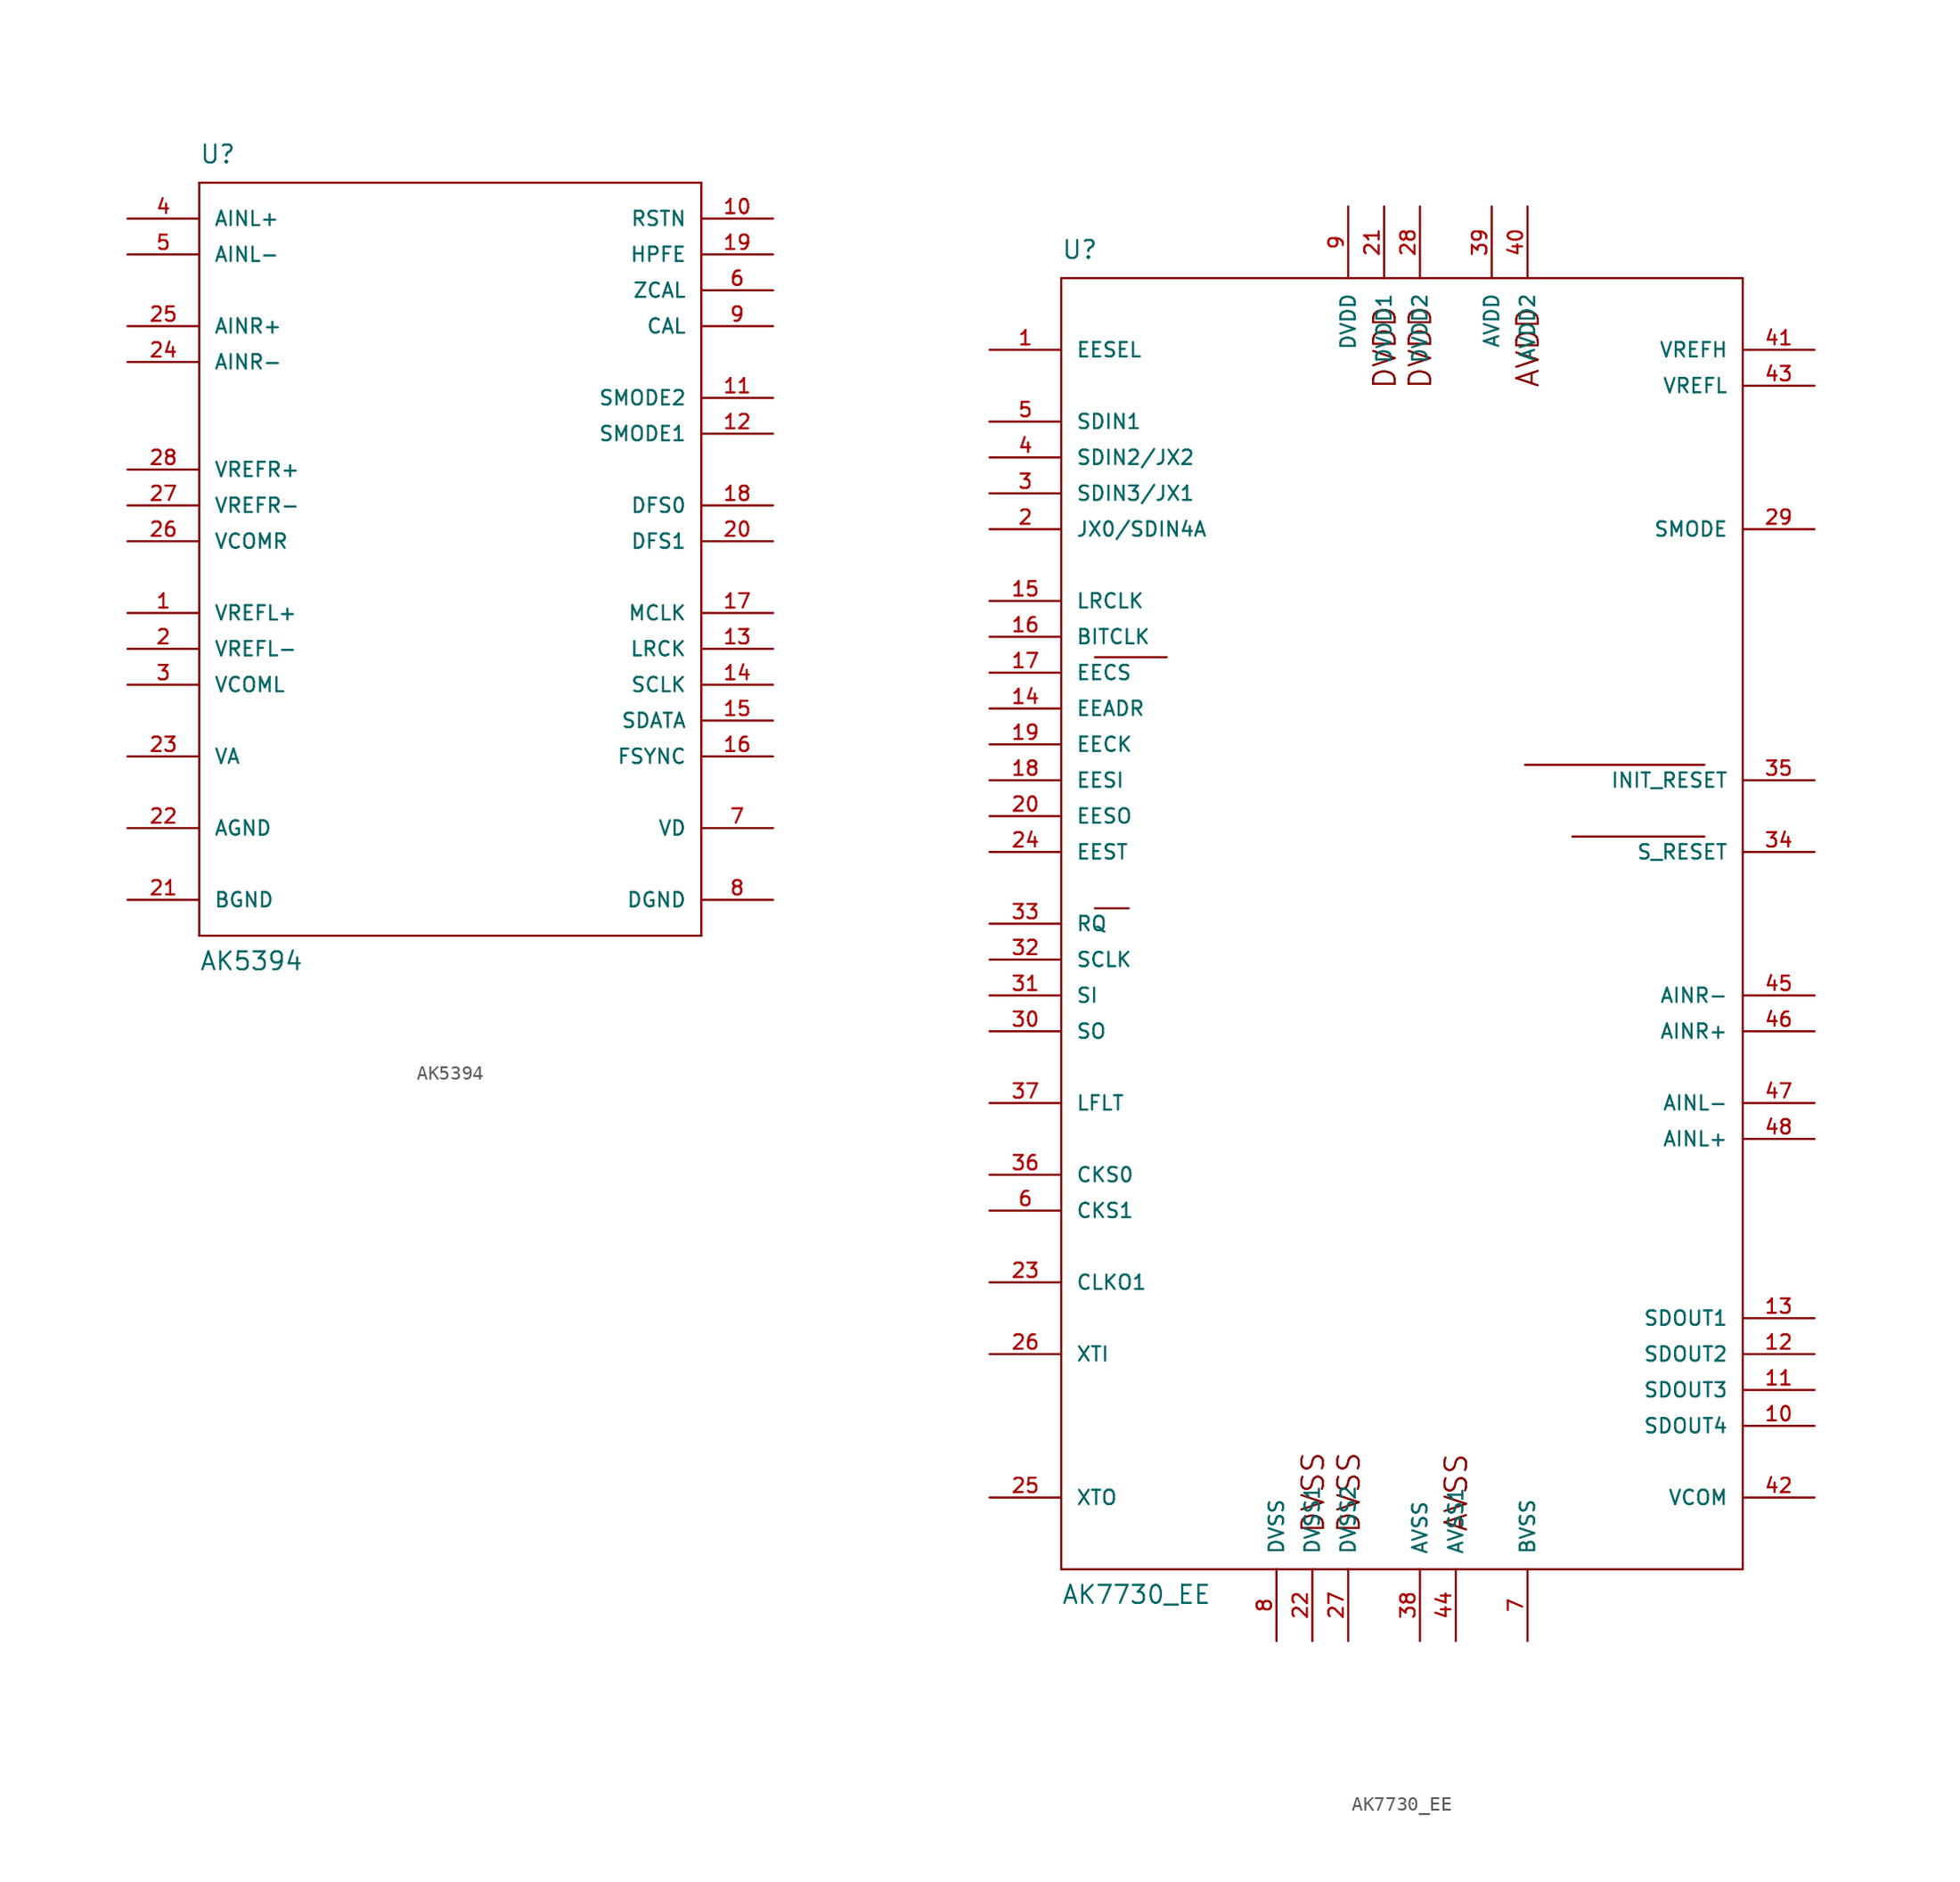
<source format=kicad_sym>
(kicad_symbol_lib
  (version 20211014)
  (generator kicad_symbol_editor)
  (symbol "AK5394"
    (pin_names
      (offset 1.016))
    (property "Reference" "U"
      (at -17.78 26.67 0)
      (effects (font (size 1.27 1.27)) (justify left bottom)))
    (property "Value" "AK5394"
      (at -17.78 -30.48 0)
      (effects (font (size 1.27 1.27)) (justify left bottom)))
    (property "ki_locked" ""
      (at 0 0 0)
      (effects (font (size 1.27 1.27))))
    (symbol "AK5394_1_0"
      (polyline (pts (xy -17.78 -27.94) (xy -17.78 25.4)) (stroke (width 0) (type default) (color 0 0 0 0)) (fill (type none)))
      (polyline (pts (xy -17.78 25.4) (xy 17.78 25.4)) (stroke (width 0) (type default) (color 0 0 0 0)) (fill (type none)))
      (polyline (pts (xy 17.78 -27.94) (xy -17.78 -27.94)) (stroke (width 0) (type default) (color 0 0 0 0)) (fill (type none)))
      (polyline (pts (xy 17.78 25.4) (xy 17.78 -27.94)) (stroke (width 0) (type default) (color 0 0 0 0)) (fill (type none))))
    (symbol "AK5394_1_1"
      (pin output line (at -22.86 -5.08 0) (length 5.08) (name "VREFL+" (effects (font (size 1.016 1.016)))) (number "1" (effects (font (size 1.016 1.016)))))
      (pin input line (at 22.86 22.86 180) (length 5.08) (name "RSTN" (effects (font (size 1.016 1.016)))) (number "10" (effects (font (size 1.016 1.016)))))
      (pin input line (at 22.86 10.16 180) (length 5.08) (name "SMODE2" (effects (font (size 1.016 1.016)))) (number "11" (effects (font (size 1.016 1.016)))))
      (pin input line (at 22.86 7.62 180) (length 5.08) (name "SMODE1" (effects (font (size 1.016 1.016)))) (number "12" (effects (font (size 1.016 1.016)))))
      (pin bidirectional line (at 22.86 -7.62 180) (length 5.08) (name "LRCK" (effects (font (size 1.016 1.016)))) (number "13" (effects (font (size 1.016 1.016)))))
      (pin bidirectional line (at 22.86 -10.16 180) (length 5.08) (name "SCLK" (effects (font (size 1.016 1.016)))) (number "14" (effects (font (size 1.016 1.016)))))
      (pin output line (at 22.86 -12.7 180) (length 5.08) (name "SDATA" (effects (font (size 1.016 1.016)))) (number "15" (effects (font (size 1.016 1.016)))))
      (pin bidirectional line (at 22.86 -15.24 180) (length 5.08) (name "FSYNC" (effects (font (size 1.016 1.016)))) (number "16" (effects (font (size 1.016 1.016)))))
      (pin input line (at 22.86 -5.08 180) (length 5.08) (name "MCLK" (effects (font (size 1.016 1.016)))) (number "17" (effects (font (size 1.016 1.016)))))
      (pin input line (at 22.86 2.54 180) (length 5.08) (name "DFS0" (effects (font (size 1.016 1.016)))) (number "18" (effects (font (size 1.016 1.016)))))
      (pin input line (at 22.86 20.32 180) (length 5.08) (name "HPFE" (effects (font (size 1.016 1.016)))) (number "19" (effects (font (size 1.016 1.016)))))
      (pin output line (at -22.86 -7.62 0) (length 5.08) (name "VREFL-" (effects (font (size 1.016 1.016)))) (number "2" (effects (font (size 1.016 1.016)))))
      (pin input line (at 22.86 0 180) (length 5.08) (name "DFS1" (effects (font (size 1.016 1.016)))) (number "20" (effects (font (size 1.016 1.016)))))
      (pin power_in line (at -22.86 -25.4 0) (length 5.08) (name "BGND" (effects (font (size 1.016 1.016)))) (number "21" (effects (font (size 1.016 1.016)))))
      (pin power_in line (at -22.86 -20.32 0) (length 5.08) (name "AGND" (effects (font (size 1.016 1.016)))) (number "22" (effects (font (size 1.016 1.016)))))
      (pin power_in line (at -22.86 -15.24 0) (length 5.08) (name "VA" (effects (font (size 1.016 1.016)))) (number "23" (effects (font (size 1.016 1.016)))))
      (pin input line (at -22.86 12.7 0) (length 5.08) (name "AINR-" (effects (font (size 1.016 1.016)))) (number "24" (effects (font (size 1.016 1.016)))))
      (pin input line (at -22.86 15.24 0) (length 5.08) (name "AINR+" (effects (font (size 1.016 1.016)))) (number "25" (effects (font (size 1.016 1.016)))))
      (pin output line (at -22.86 0 0) (length 5.08) (name "VCOMR" (effects (font (size 1.016 1.016)))) (number "26" (effects (font (size 1.016 1.016)))))
      (pin output line (at -22.86 2.54 0) (length 5.08) (name "VREFR-" (effects (font (size 1.016 1.016)))) (number "27" (effects (font (size 1.016 1.016)))))
      (pin output line (at -22.86 5.08 0) (length 5.08) (name "VREFR+" (effects (font (size 1.016 1.016)))) (number "28" (effects (font (size 1.016 1.016)))))
      (pin output line (at -22.86 -10.16 0) (length 5.08) (name "VCOML" (effects (font (size 1.016 1.016)))) (number "3" (effects (font (size 1.016 1.016)))))
      (pin input line (at -22.86 22.86 0) (length 5.08) (name "AINL+" (effects (font (size 1.016 1.016)))) (number "4" (effects (font (size 1.016 1.016)))))
      (pin input line (at -22.86 20.32 0) (length 5.08) (name "AINL-" (effects (font (size 1.016 1.016)))) (number "5" (effects (font (size 1.016 1.016)))))
      (pin input line (at 22.86 17.78 180) (length 5.08) (name "ZCAL" (effects (font (size 1.016 1.016)))) (number "6" (effects (font (size 1.016 1.016)))))
      (pin power_in line (at 22.86 -20.32 180) (length 5.08) (name "VD" (effects (font (size 1.016 1.016)))) (number "7" (effects (font (size 1.016 1.016)))))
      (pin power_in line (at 22.86 -25.4 180) (length 5.08) (name "DGND" (effects (font (size 1.016 1.016)))) (number "8" (effects (font (size 1.016 1.016)))))
      (pin output line (at 22.86 15.24 180) (length 5.08) (name "CAL" (effects (font (size 1.016 1.016)))) (number "9" (effects (font (size 1.016 1.016)))))))
  (symbol "AK7730_EE"
    (pin_names
      (offset 1.016))
    (property "Reference" "U"
      (at -25.4 49.53 0)
      (effects (font (size 1.27 1.27)) (justify left bottom)))
    (property "Value" "AK7730_EE"
      (at -25.4 -45.72 0)
      (effects (font (size 1.27 1.27)) (justify left bottom)))
    (property "ki_locked" ""
      (at 0 0 0)
      (effects (font (size 1.27 1.27))))
    (symbol "AK7730_EE_1_0"
      (polyline (pts (xy -25.4 -43.18) (xy -25.4 48.26)) (stroke (width 0) (type default) (color 0 0 0 0)) (fill (type none)))
      (polyline (pts (xy -25.4 48.26) (xy 22.86 48.26)) (stroke (width 0) (type default) (color 0 0 0 0)) (fill (type none)))
      (polyline (pts (xy -23.012 3.632) (xy -20.625 3.632)) (stroke (width 0) (type default) (color 0 0 0 0)) (fill (type none)))
      (polyline (pts (xy -23.012 21.412) (xy -17.932 21.412)) (stroke (width 0) (type default) (color 0 0 0 0)) (fill (type none)))
      (polyline (pts (xy 7.442 13.792) (xy 20.142 13.792)) (stroke (width 0) (type default) (color 0 0 0 0)) (fill (type none)))
      (polyline (pts (xy 10.795 8.712) (xy 20.142 8.712)) (stroke (width 0) (type default) (color 0 0 0 0)) (fill (type none)))
      (polyline (pts (xy 22.86 -43.18) (xy -25.4 -43.18)) (stroke (width 0) (type default) (color 0 0 0 0)) (fill (type none)))
      (polyline (pts (xy 22.86 48.26) (xy 22.86 -43.18)) (stroke (width 0) (type default) (color 0 0 0 0)) (fill (type none)))
      (text "AVDD" (at 7.645 43.358 1) (effects (font (size 1.524 1.524))))
      (text "AVSS" (at 2.565 -37.744 1) (effects (font (size 1.524 1.524))))
      (text "DVDD" (at -2.489 43.358 1) (effects (font (size 1.524 1.524))))
      (text "DVDD" (at 0.025 43.358 1) (effects (font (size 1.524 1.524))))
      (text "DVSS" (at -7.569 -37.744 1) (effects (font (size 1.524 1.524))))
      (text "DVSS" (at -5.029 -37.744 1) (effects (font (size 1.524 1.524)))))
    (symbol "AK7730_EE_1_1"
      (pin input line (at -30.48 43.18 0) (length 5.08) (name "EESEL" (effects (font (size 1.016 1.016)))) (number "1" (effects (font (size 1.016 1.016)))))
      (pin output line (at 27.94 -33.02 180) (length 5.08) (name "SDOUT4" (effects (font (size 1.016 1.016)))) (number "10" (effects (font (size 1.016 1.016)))))
      (pin output line (at 27.94 -30.48 180) (length 5.08) (name "SDOUT3" (effects (font (size 1.016 1.016)))) (number "11" (effects (font (size 1.016 1.016)))))
      (pin output line (at 27.94 -27.94 180) (length 5.08) (name "SDOUT2" (effects (font (size 1.016 1.016)))) (number "12" (effects (font (size 1.016 1.016)))))
      (pin output line (at 27.94 -25.4 180) (length 5.08) (name "SDOUT1" (effects (font (size 1.016 1.016)))) (number "13" (effects (font (size 1.016 1.016)))))
      (pin input line (at -30.48 17.78 0) (length 5.08) (name "EEADR" (effects (font (size 1.016 1.016)))) (number "14" (effects (font (size 1.016 1.016)))))
      (pin bidirectional line (at -30.48 25.4 0) (length 5.08) (name "LRCLK" (effects (font (size 1.016 1.016)))) (number "15" (effects (font (size 1.016 1.016)))))
      (pin bidirectional line (at -30.48 22.86 0) (length 5.08) (name "BITCLK" (effects (font (size 1.016 1.016)))) (number "16" (effects (font (size 1.016 1.016)))))
      (pin output line (at -30.48 20.32 0) (length 5.08) (name "EECS" (effects (font (size 1.016 1.016)))) (number "17" (effects (font (size 1.016 1.016)))))
      (pin output line (at -30.48 12.7 0) (length 5.08) (name "EESI" (effects (font (size 1.016 1.016)))) (number "18" (effects (font (size 1.016 1.016)))))
      (pin output line (at -30.48 15.24 0) (length 5.08) (name "EECK" (effects (font (size 1.016 1.016)))) (number "19" (effects (font (size 1.016 1.016)))))
      (pin input line (at -30.48 30.48 0) (length 5.08) (name "JX0/SDIN4A" (effects (font (size 1.016 1.016)))) (number "2" (effects (font (size 1.016 1.016)))))
      (pin input line (at -30.48 10.16 0) (length 5.08) (name "EESO" (effects (font (size 1.016 1.016)))) (number "20" (effects (font (size 1.016 1.016)))))
      (pin power_in line (at -2.54 53.34 270) (length 5.08) (name "DVDD1" (effects (font (size 1.016 1.016)))) (number "21" (effects (font (size 1.016 1.016)))))
      (pin power_in line (at -7.62 -48.26 90) (length 5.08) (name "DVSS1" (effects (font (size 1.016 1.016)))) (number "22" (effects (font (size 1.016 1.016)))))
      (pin output line (at -30.48 -22.86 0) (length 5.08) (name "CLKO1" (effects (font (size 1.016 1.016)))) (number "23" (effects (font (size 1.016 1.016)))))
      (pin output line (at -30.48 7.62 0) (length 5.08) (name "EEST" (effects (font (size 1.016 1.016)))) (number "24" (effects (font (size 1.016 1.016)))))
      (pin output line (at -30.48 -38.1 0) (length 5.08) (name "XTO" (effects (font (size 1.016 1.016)))) (number "25" (effects (font (size 1.016 1.016)))))
      (pin input line (at -30.48 -27.94 0) (length 5.08) (name "XTI" (effects (font (size 1.016 1.016)))) (number "26" (effects (font (size 1.016 1.016)))))
      (pin power_in line (at -5.08 -48.26 90) (length 5.08) (name "DVSS2" (effects (font (size 1.016 1.016)))) (number "27" (effects (font (size 1.016 1.016)))))
      (pin power_in line (at 0 53.34 270) (length 5.08) (name "DVDD2" (effects (font (size 1.016 1.016)))) (number "28" (effects (font (size 1.016 1.016)))))
      (pin bidirectional line (at 27.94 30.48 180) (length 5.08) (name "SMODE" (effects (font (size 1.016 1.016)))) (number "29" (effects (font (size 1.016 1.016)))))
      (pin input line (at -30.48 33.02 0) (length 5.08) (name "SDIN3/JX1" (effects (font (size 1.016 1.016)))) (number "3" (effects (font (size 1.016 1.016)))))
      (pin bidirectional line (at -30.48 -5.08 0) (length 5.08) (name "SO" (effects (font (size 1.016 1.016)))) (number "30" (effects (font (size 1.016 1.016)))))
      (pin input line (at -30.48 -2.54 0) (length 5.08) (name "SI" (effects (font (size 1.016 1.016)))) (number "31" (effects (font (size 1.016 1.016)))))
      (pin input line (at -30.48 0 0) (length 5.08) (name "SCLK" (effects (font (size 1.016 1.016)))) (number "32" (effects (font (size 1.016 1.016)))))
      (pin input line (at -30.48 2.54 0) (length 5.08) (name "RQ" (effects (font (size 1.016 1.016)))) (number "33" (effects (font (size 1.016 1.016)))))
      (pin input line (at 27.94 7.62 180) (length 5.08) (name "S_RESET" (effects (font (size 1.016 1.016)))) (number "34" (effects (font (size 1.016 1.016)))))
      (pin input line (at 27.94 12.7 180) (length 5.08) (name "INIT_RESET" (effects (font (size 1.016 1.016)))) (number "35" (effects (font (size 1.016 1.016)))))
      (pin input line (at -30.48 -15.24 0) (length 5.08) (name "CKS0" (effects (font (size 1.016 1.016)))) (number "36" (effects (font (size 1.016 1.016)))))
      (pin bidirectional line (at -30.48 -10.16 0) (length 5.08) (name "LFLT" (effects (font (size 1.016 1.016)))) (number "37" (effects (font (size 1.016 1.016)))))
      (pin power_in line (at 0 -48.26 90) (length 5.08) (name "AVSS" (effects (font (size 1.016 1.016)))) (number "38" (effects (font (size 1.016 1.016)))))
      (pin power_in line (at 5.08 53.34 270) (length 5.08) (name "AVDD" (effects (font (size 1.016 1.016)))) (number "39" (effects (font (size 1.016 1.016)))))
      (pin input line (at -30.48 35.56 0) (length 5.08) (name "SDIN2/JX2" (effects (font (size 1.016 1.016)))) (number "4" (effects (font (size 1.016 1.016)))))
      (pin power_in line (at 7.62 53.34 270) (length 5.08) (name "AVDD2" (effects (font (size 1.016 1.016)))) (number "40" (effects (font (size 1.016 1.016)))))
      (pin input line (at 27.94 43.18 180) (length 5.08) (name "VREFH" (effects (font (size 1.016 1.016)))) (number "41" (effects (font (size 1.016 1.016)))))
      (pin output line (at 27.94 -38.1 180) (length 5.08) (name "VCOM" (effects (font (size 1.016 1.016)))) (number "42" (effects (font (size 1.016 1.016)))))
      (pin input line (at 27.94 40.64 180) (length 5.08) (name "VREFL" (effects (font (size 1.016 1.016)))) (number "43" (effects (font (size 1.016 1.016)))))
      (pin power_in line (at 2.54 -48.26 90) (length 5.08) (name "AVSS1" (effects (font (size 1.016 1.016)))) (number "44" (effects (font (size 1.016 1.016)))))
      (pin input line (at 27.94 -2.54 180) (length 5.08) (name "AINR-" (effects (font (size 1.016 1.016)))) (number "45" (effects (font (size 1.016 1.016)))))
      (pin input line (at 27.94 -5.08 180) (length 5.08) (name "AINR+" (effects (font (size 1.016 1.016)))) (number "46" (effects (font (size 1.016 1.016)))))
      (pin input line (at 27.94 -10.16 180) (length 5.08) (name "AINL-" (effects (font (size 1.016 1.016)))) (number "47" (effects (font (size 1.016 1.016)))))
      (pin input line (at 27.94 -12.7 180) (length 5.08) (name "AINL+" (effects (font (size 1.016 1.016)))) (number "48" (effects (font (size 1.016 1.016)))))
      (pin input line (at -30.48 38.1 0) (length 5.08) (name "SDIN1" (effects (font (size 1.016 1.016)))) (number "5" (effects (font (size 1.016 1.016)))))
      (pin input line (at -30.48 -17.78 0) (length 5.08) (name "CKS1" (effects (font (size 1.016 1.016)))) (number "6" (effects (font (size 1.016 1.016)))))
      (pin power_in line (at 7.62 -48.26 90) (length 5.08) (name "BVSS" (effects (font (size 1.016 1.016)))) (number "7" (effects (font (size 1.016 1.016)))))
      (pin power_in line (at -10.16 -48.26 90) (length 5.08) (name "DVSS" (effects (font (size 1.016 1.016)))) (number "8" (effects (font (size 1.016 1.016)))))
      (pin power_in line (at -5.08 53.34 270) (length 5.08) (name "DVDD" (effects (font (size 1.016 1.016)))) (number "9" (effects (font (size 1.016 1.016))))))))
</source>
